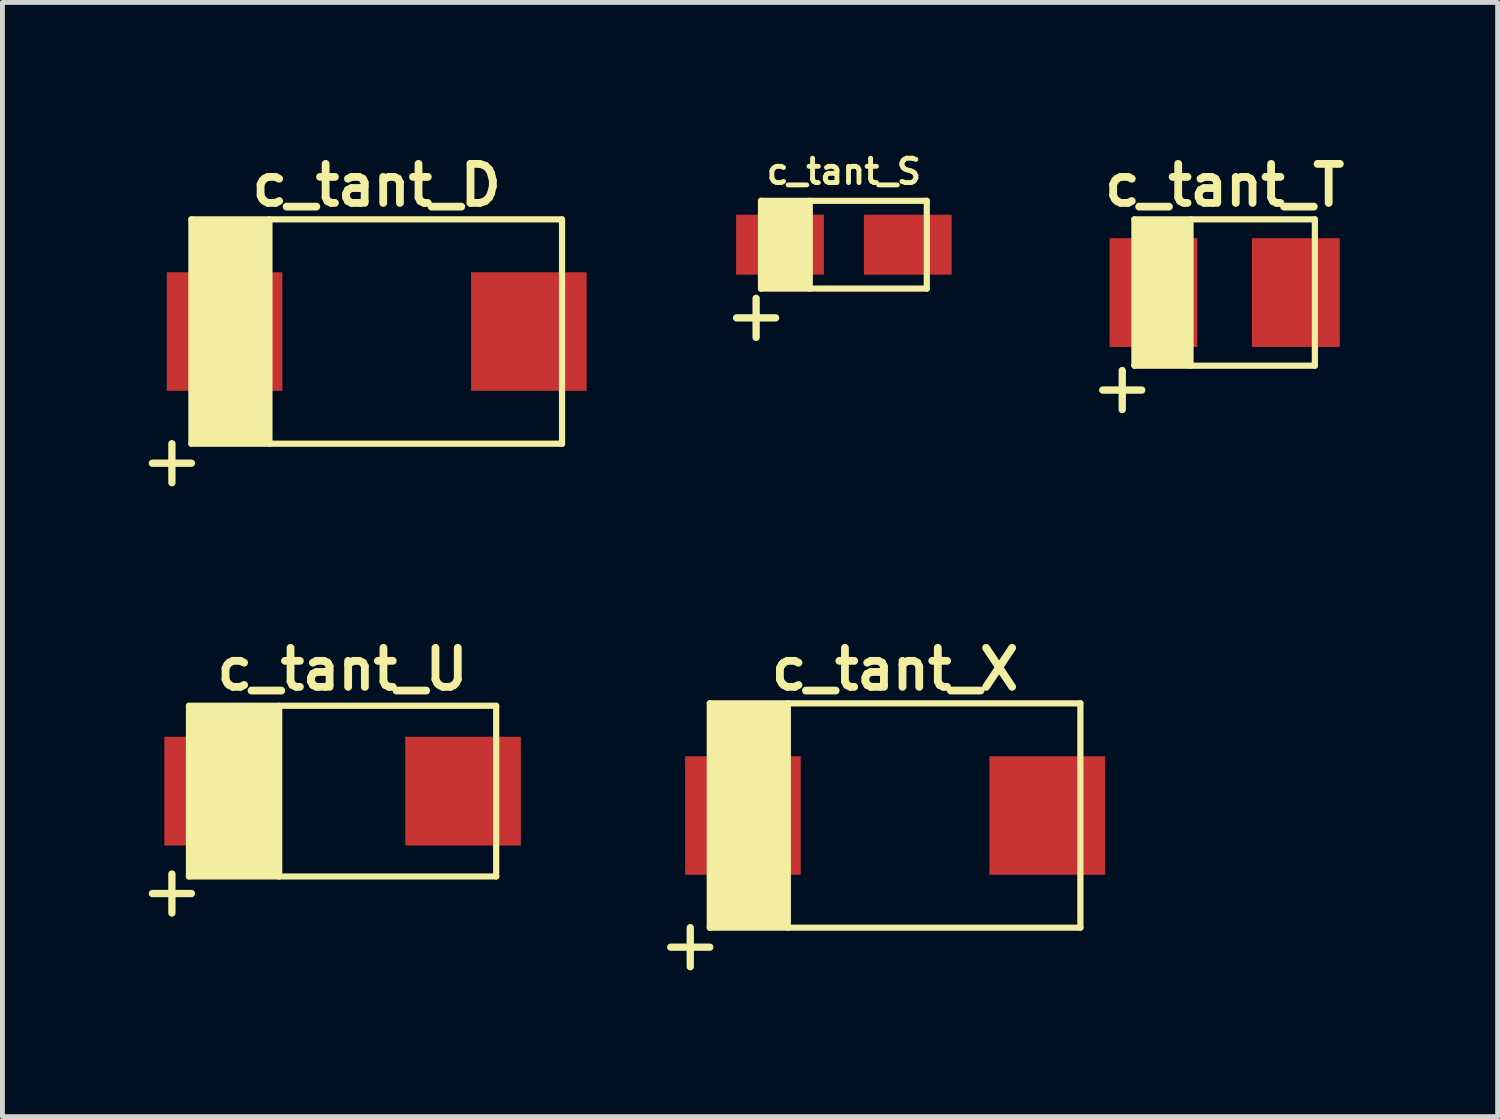
<source format=kicad_pcb>
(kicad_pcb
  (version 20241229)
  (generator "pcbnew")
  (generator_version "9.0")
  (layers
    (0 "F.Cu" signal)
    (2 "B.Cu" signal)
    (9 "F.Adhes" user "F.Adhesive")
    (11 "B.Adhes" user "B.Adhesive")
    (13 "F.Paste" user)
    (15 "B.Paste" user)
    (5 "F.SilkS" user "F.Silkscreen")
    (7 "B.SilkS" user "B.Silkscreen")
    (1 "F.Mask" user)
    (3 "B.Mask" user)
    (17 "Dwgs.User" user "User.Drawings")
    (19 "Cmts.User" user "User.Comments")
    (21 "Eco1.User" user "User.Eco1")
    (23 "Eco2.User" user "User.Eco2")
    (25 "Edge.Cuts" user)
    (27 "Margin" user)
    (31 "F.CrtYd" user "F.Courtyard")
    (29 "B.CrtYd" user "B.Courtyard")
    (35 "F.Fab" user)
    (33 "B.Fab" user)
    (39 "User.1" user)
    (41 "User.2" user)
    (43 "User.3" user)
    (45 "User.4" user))
  (footprint "c_tant_T"
    (layer "F.Cu")
    (at 22.063 2.949)
    (property "Reference" "c_tant_T" (at 0 -2.2 0) (layer "F.SilkS") (effects (font (size 0.8 0.8) (thickness 0.16))))
    (attr through_hole)
    (fp_line (start -2.5 2) (end -1.7 2) (stroke (width 0.15) (type solid)) (layer "F.SilkS"))
    (fp_line (start -2.1 1.6) (end -2.1 2.4) (stroke (width 0.15) (type solid)) (layer "F.SilkS"))
    (fp_line (start -1.85 -1.5) (end -1.85 1.5) (stroke (width 0.127) (type solid)) (layer "F.SilkS"))
    (fp_line (start -1.85 1.5) (end 1.85 1.5) (stroke (width 0.127) (type solid)) (layer "F.SilkS"))
    (fp_line (start -0.7 -1.5) (end -0.7 1.5) (stroke (width 0.127) (type solid)) (layer "F.SilkS"))
    (fp_line (start 1.85 -1.5) (end -1.85 -1.5) (stroke (width 0.127) (type solid)) (layer "F.SilkS"))
    (fp_line (start 1.85 1.5) (end 1.85 -1.5) (stroke (width 0.127) (type solid)) (layer "F.SilkS"))
    (fp_poly (pts (xy -1.8 -1.5) (xy -0.7 -1.5) (xy -0.7 1.5) (xy -1.8 1.5)) (stroke (width 0.01) (type solid)) (fill yes) (layer "F.SilkS"))
    (pad "1" smd rect (at -1.46 0) (size 1.8 2.23) (layers "F.Cu" "F.Mask" "F.Paste"))
    (pad "2" smd rect (at 1.46 0) (size 1.8 2.23) (layers "F.Cu" "F.Mask" "F.Paste")))
  (footprint "c_tant_D"
    (layer "F.Cu")
    (at 4.675 3.749)
    (property "Reference" "c_tant_D" (at 0 -3 0) (layer "F.SilkS") (effects (font (size 0.8 0.8) (thickness 0.16))))
    (attr through_hole)
    (fp_line (start -4.6 2.7) (end -3.8 2.7) (stroke (width 0.15) (type solid)) (layer "F.SilkS"))
    (fp_line (start -4.2 2.3) (end -4.2 3.1) (stroke (width 0.15) (type solid)) (layer "F.SilkS"))
    (fp_line (start -3.8 -2.3) (end -3.8 2.3) (stroke (width 0.127) (type solid)) (layer "F.SilkS"))
    (fp_line (start -3.8 2.3) (end 3.8 2.3) (stroke (width 0.127) (type solid)) (layer "F.SilkS"))
    (fp_line (start -2.2 -2.3) (end -2.2 2.3) (stroke (width 0.127) (type solid)) (layer "F.SilkS"))
    (fp_line (start 3.8 -2.3) (end -3.8 -2.3) (stroke (width 0.127) (type solid)) (layer "F.SilkS"))
    (fp_line (start 3.8 2.3) (end 3.8 -2.3) (stroke (width 0.127) (type solid)) (layer "F.SilkS"))
    (fp_poly (pts (xy -3.8 -2.3) (xy -2.2 -2.3) (xy -2.2 2.3) (xy -3.8 2.3)) (stroke (width 0.01) (type solid)) (fill yes) (layer "F.SilkS"))
    (pad "1" smd rect (at -3.12 0) (size 2.37 2.43) (layers "F.Cu" "F.Mask" "F.Paste"))
    (pad "2" smd rect (at 3.12 0) (size 2.37 2.43) (layers "F.Cu" "F.Mask" "F.Paste")))
  (footprint "c_tant_S"
    (layer "F.Cu")
    (at 14.255 1.968)
    (property "Reference" "c_tant_S" (at 0 -1.5 0) (layer "F.SilkS") (effects (font (size 0.5 0.5) (thickness 0.1))))
    (attr through_hole)
    (fp_line (start -2.2 1.5) (end -1.4 1.5) (stroke (width 0.15) (type solid)) (layer "F.SilkS"))
    (fp_line (start -1.8 1.1) (end -1.8 1.9) (stroke (width 0.15) (type solid)) (layer "F.SilkS"))
    (fp_line (start -1.7 -0.9) (end -1.7 0.9) (stroke (width 0.127) (type solid)) (layer "F.SilkS"))
    (fp_line (start -1.7 0.9) (end 1.7 0.9) (stroke (width 0.127) (type solid)) (layer "F.SilkS"))
    (fp_line (start -0.7 0.9) (end -0.7 -0.9) (stroke (width 0.127) (type solid)) (layer "F.SilkS"))
    (fp_line (start 1.7 -0.9) (end -1.7 -0.9) (stroke (width 0.127) (type solid)) (layer "F.SilkS"))
    (fp_line (start 1.7 0.9) (end 1.7 -0.9) (stroke (width 0.127) (type solid)) (layer "F.SilkS"))
    (fp_poly (pts (xy -1.7 -0.9) (xy -0.7 -0.9) (xy -0.7 0.9) (xy -1.7 0.9)) (stroke (width 0.01) (type solid)) (fill yes) (layer "F.SilkS"))
    (pad "1" smd rect (at -1.31 0) (size 1.8 1.23) (layers "F.Cu" "F.Mask" "F.Paste"))
    (pad "2" smd rect (at 1.31 0) (size 1.8 1.23) (layers "F.Cu" "F.Mask" "F.Paste")))
  (footprint "c_tant_U"
    (layer "F.Cu")
    (at 3.975 13.173)
    (property "Reference" "c_tant_U" (at 0 -2.5 0) (layer "F.SilkS") (effects (font (size 0.8 0.8) (thickness 0.16))))
    (attr through_hole)
    (fp_line (start -3.9 2.1) (end -3.1 2.1) (stroke (width 0.15) (type solid)) (layer "F.SilkS"))
    (fp_line (start -3.5 1.7) (end -3.5 2.5) (stroke (width 0.15) (type solid)) (layer "F.SilkS"))
    (fp_line (start -3.15 -1.75) (end -3.15 1.75) (stroke (width 0.127) (type solid)) (layer "F.SilkS"))
    (fp_line (start -3.15 1.75) (end 3.15 1.75) (stroke (width 0.127) (type solid)) (layer "F.SilkS"))
    (fp_line (start -1.3 -1.75) (end -1.3 1.75) (stroke (width 0.127) (type solid)) (layer "F.SilkS"))
    (fp_line (start 3.15 -1.75) (end -3.15 -1.75) (stroke (width 0.127) (type solid)) (layer "F.SilkS"))
    (fp_line (start 3.15 1.75) (end 3.15 -1.75) (stroke (width 0.127) (type solid)) (layer "F.SilkS"))
    (fp_poly (pts (xy -1.3 1.7) (xy -3.1 1.7) (xy -3.1 -1.7) (xy -1.3 -1.7)) (stroke (width 0.01) (type solid)) (fill yes) (layer "F.SilkS"))
    (pad "1" smd rect (at -2.47 0) (size 2.37 2.23) (layers "F.Cu" "F.Mask" "F.Paste"))
    (pad "2" smd rect (at 2.47 0) (size 2.37 2.23) (layers "F.Cu" "F.Mask" "F.Paste")))
  (footprint "c_tant_X"
    (layer "F.Cu")
    (at 15.305 13.673)
    (property "Reference" "c_tant_X" (at 0 -3 0) (layer "F.SilkS") (effects (font (size 0.8 0.8) (thickness 0.16))))
    (attr through_hole)
    (fp_line (start -4.6 2.7) (end -3.8 2.7) (stroke (width 0.15) (type solid)) (layer "F.SilkS"))
    (fp_line (start -4.2 2.3) (end -4.2 3.1) (stroke (width 0.15) (type solid)) (layer "F.SilkS"))
    (fp_line (start -3.8 -2.3) (end -3.8 2.3) (stroke (width 0.127) (type solid)) (layer "F.SilkS"))
    (fp_line (start -3.8 2.3) (end 3.8 2.3) (stroke (width 0.127) (type solid)) (layer "F.SilkS"))
    (fp_line (start -2.2 -2.3) (end -2.2 2.3) (stroke (width 0.127) (type solid)) (layer "F.SilkS"))
    (fp_line (start 3.8 -2.3) (end -3.8 -2.3) (stroke (width 0.127) (type solid)) (layer "F.SilkS"))
    (fp_line (start 3.8 2.3) (end 3.8 -2.3) (stroke (width 0.127) (type solid)) (layer "F.SilkS"))
    (fp_poly (pts (xy -3.8 -2.3) (xy -2.2 -2.3) (xy -2.2 2.3) (xy -3.8 2.3)) (stroke (width 0.01) (type solid)) (fill yes) (layer "F.SilkS"))
    (pad "1" smd rect (at -3.12 0) (size 2.37 2.43) (layers "F.Cu" "F.Mask" "F.Paste"))
    (pad "2" smd rect (at 3.12 0) (size 2.37 2.43) (layers "F.Cu" "F.Mask" "F.Paste")))
  (gr_rect
    (start -3 -3)
    (end 27.661 19.848)
    (stroke (width 0.1) (type default))
    (fill no)
    (layer "Edge.Cuts")))
</source>
